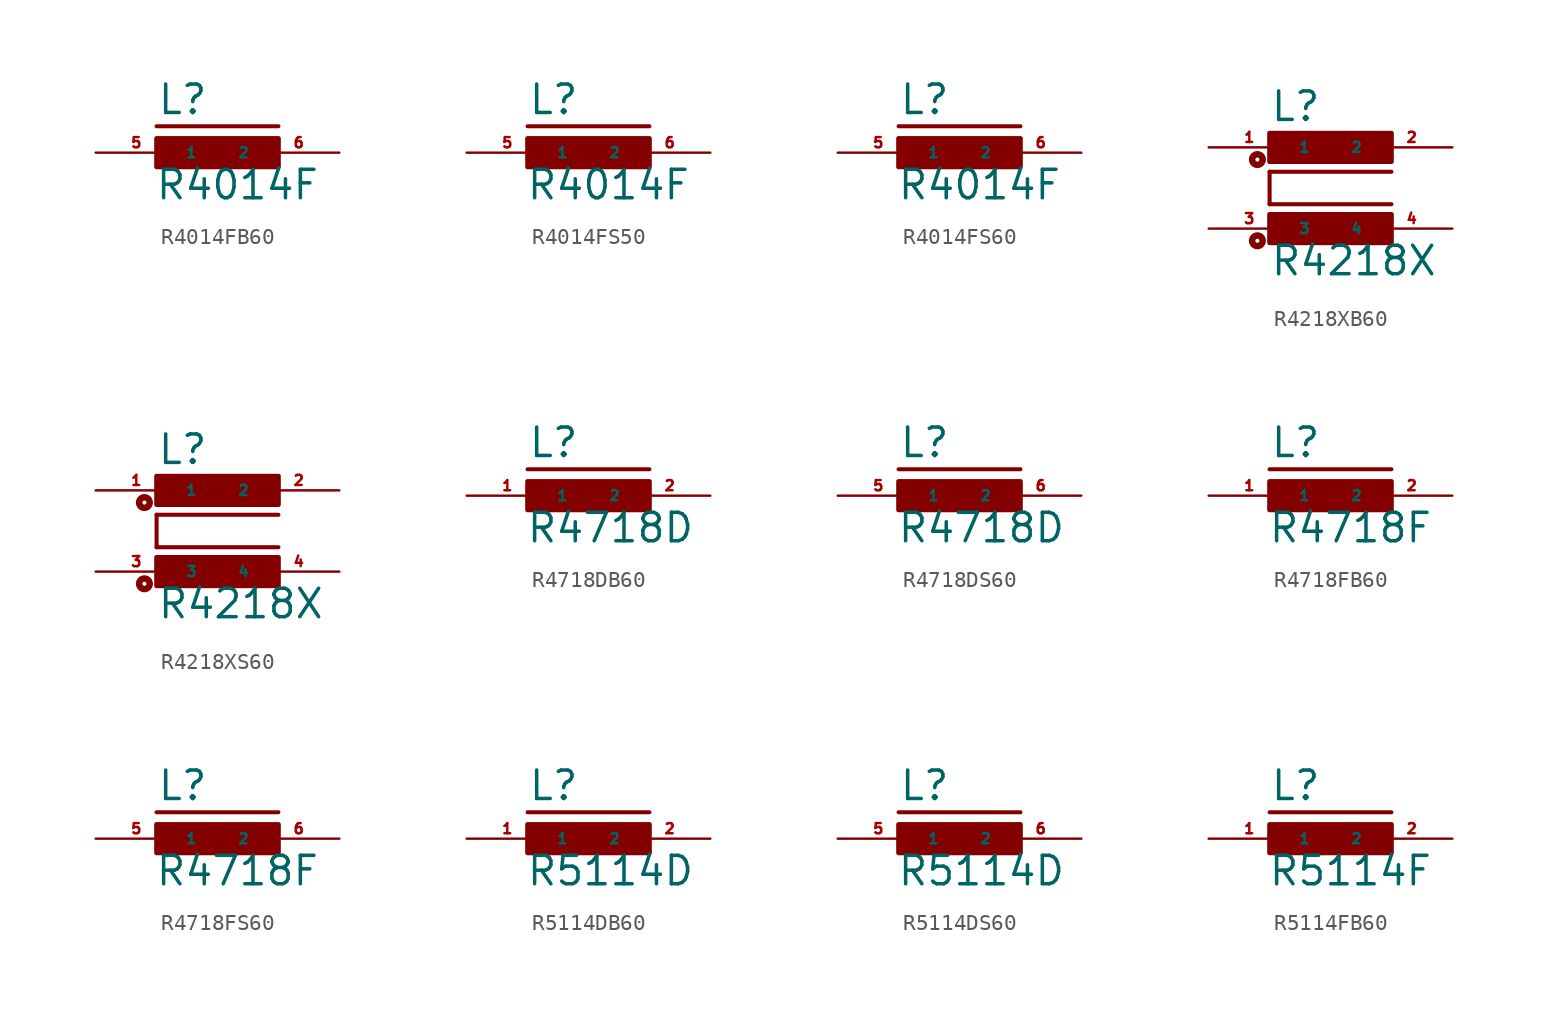
<source format=kicad_sym>
(kicad_symbol_lib
  (version 20220914)
  (generator Eagle2Kicad)
  (symbol "R4014FB60"
    (property "Reference" "L"
      (at -3.81 2.286 0)
      (effects (font (size 1.778 1.778) (thickness 0.22)) (justify left bottom)))
    (property "Value" "R4014F"
      (at -3.937 -3.048 0)
      (effects (font (size 1.778 1.778) (thickness 0.22)) (justify left bottom)))
    (polyline
      (pts (xy -3.81 1.651) (xy 3.81 1.651))
      (stroke (width 0.254) (type default))
      (fill (type none)))
    (rectangle
      (start -3.81 -0.889)
      (end 3.81 0.889)
      (stroke (width 0.3) (type default))
      (fill (type outline)))
    (pin passive line
      (at 7.62 0 180)
      (length 5.08)
      (name "2" (effects (font (size 0.635 0.635) (thickness 0.08)) (justify left bottom)))
      (number "6" (effects (font (size 0.635 0.635) (thickness 0.08)) (justify left bottom))))
    (pin passive line
      (at -7.62 0 0)
      (length 5.08)
      (name "1" (effects (font (size 0.635 0.635) (thickness 0.08)) (justify left bottom)))
      (number "5" (effects (font (size 0.635 0.635) (thickness 0.08)) (justify left bottom)))))
  (symbol "R4014FS50"
    (property "Reference" "L"
      (at -3.81 2.286 0)
      (effects (font (size 1.778 1.778) (thickness 0.22)) (justify left bottom)))
    (property "Value" "R4014F"
      (at -3.937 -3.048 0)
      (effects (font (size 1.778 1.778) (thickness 0.22)) (justify left bottom)))
    (polyline
      (pts (xy -3.81 1.651) (xy 3.81 1.651))
      (stroke (width 0.254) (type default))
      (fill (type none)))
    (rectangle
      (start -3.81 -0.889)
      (end 3.81 0.889)
      (stroke (width 0.3) (type default))
      (fill (type outline)))
    (pin passive line
      (at 7.62 0 180)
      (length 5.08)
      (name "2" (effects (font (size 0.635 0.635) (thickness 0.08)) (justify left bottom)))
      (number "6" (effects (font (size 0.635 0.635) (thickness 0.08)) (justify left bottom))))
    (pin passive line
      (at -7.62 0 0)
      (length 5.08)
      (name "1" (effects (font (size 0.635 0.635) (thickness 0.08)) (justify left bottom)))
      (number "5" (effects (font (size 0.635 0.635) (thickness 0.08)) (justify left bottom)))))
  (symbol "R4014FS60"
    (property "Reference" "L"
      (at -3.81 2.286 0)
      (effects (font (size 1.778 1.778) (thickness 0.22)) (justify left bottom)))
    (property "Value" "R4014F"
      (at -3.937 -3.048 0)
      (effects (font (size 1.778 1.778) (thickness 0.22)) (justify left bottom)))
    (polyline
      (pts (xy -3.81 1.651) (xy 3.81 1.651))
      (stroke (width 0.254) (type default))
      (fill (type none)))
    (rectangle
      (start -3.81 -0.889)
      (end 3.81 0.889)
      (stroke (width 0.3) (type default))
      (fill (type outline)))
    (pin passive line
      (at 7.62 0 180)
      (length 5.08)
      (name "2" (effects (font (size 0.635 0.635) (thickness 0.08)) (justify left bottom)))
      (number "6" (effects (font (size 0.635 0.635) (thickness 0.08)) (justify left bottom))))
    (pin passive line
      (at -7.62 0 0)
      (length 5.08)
      (name "1" (effects (font (size 0.635 0.635) (thickness 0.08)) (justify left bottom)))
      (number "5" (effects (font (size 0.635 0.635) (thickness 0.08)) (justify left bottom)))))
  (symbol "R4218XB60"
    (property "Reference" "L"
      (at -3.81 4.064 0)
      (effects (font (size 1.778 1.778) (thickness 0.22)) (justify left bottom)))
    (property "Value" "R4218X"
      (at -3.81 -5.588 0)
      (effects (font (size 1.778 1.778) (thickness 0.22)) (justify left bottom)))
    (polyline
      (pts (xy 3.81 1.016) (xy -3.81 1.016))
      (stroke (width 0.254) (type default))
      (fill (type none)))
    (polyline
      (pts (xy -3.81 -1.016) (xy -3.81 1.016))
      (stroke (width 0.254) (type default))
      (fill (type none)))
    (polyline
      (pts (xy -3.81 -1.016) (xy 3.81 -1.016))
      (stroke (width 0.254) (type default))
      (fill (type none)))
    (circle
      (center -4.572 -3.302)
      (radius 0.127)
      (stroke (width 0.406) (type default))
      (fill (type none)))
    (circle
      (center -4.572 1.778)
      (radius 0.127)
      (stroke (width 0.406) (type default))
      (fill (type none)))
    (rectangle
      (start -3.81 1.651)
      (end 3.81 3.429)
      (stroke (width 0.3) (type default))
      (fill (type outline)))
    (rectangle
      (start -3.81 -3.429)
      (end 3.81 -1.651)
      (stroke (width 0.3) (type default))
      (fill (type outline)))
    (pin passive line
      (at 7.62 2.54 180)
      (length 5.08)
      (name "2" (effects (font (size 0.635 0.635) (thickness 0.08)) (justify left bottom)))
      (number "2" (effects (font (size 0.635 0.635) (thickness 0.08)) (justify left bottom))))
    (pin passive line
      (at -7.62 2.54 0)
      (length 5.08)
      (name "1" (effects (font (size 0.635 0.635) (thickness 0.08)) (justify left bottom)))
      (number "1" (effects (font (size 0.635 0.635) (thickness 0.08)) (justify left bottom))))
    (pin passive line
      (at -7.62 -2.54 0)
      (length 5.08)
      (name "3" (effects (font (size 0.635 0.635) (thickness 0.08)) (justify left bottom)))
      (number "3" (effects (font (size 0.635 0.635) (thickness 0.08)) (justify left bottom))))
    (pin passive line
      (at 7.62 -2.54 180)
      (length 5.08)
      (name "4" (effects (font (size 0.635 0.635) (thickness 0.08)) (justify left bottom)))
      (number "4" (effects (font (size 0.635 0.635) (thickness 0.08)) (justify left bottom)))))
  (symbol "R4218XS60"
    (property "Reference" "L"
      (at -3.81 4.064 0)
      (effects (font (size 1.778 1.778) (thickness 0.22)) (justify left bottom)))
    (property "Value" "R4218X"
      (at -3.81 -5.588 0)
      (effects (font (size 1.778 1.778) (thickness 0.22)) (justify left bottom)))
    (polyline
      (pts (xy 3.81 1.016) (xy -3.81 1.016))
      (stroke (width 0.254) (type default))
      (fill (type none)))
    (polyline
      (pts (xy -3.81 -1.016) (xy -3.81 1.016))
      (stroke (width 0.254) (type default))
      (fill (type none)))
    (polyline
      (pts (xy -3.81 -1.016) (xy 3.81 -1.016))
      (stroke (width 0.254) (type default))
      (fill (type none)))
    (circle
      (center -4.572 -3.302)
      (radius 0.127)
      (stroke (width 0.406) (type default))
      (fill (type none)))
    (circle
      (center -4.572 1.778)
      (radius 0.127)
      (stroke (width 0.406) (type default))
      (fill (type none)))
    (rectangle
      (start -3.81 1.651)
      (end 3.81 3.429)
      (stroke (width 0.3) (type default))
      (fill (type outline)))
    (rectangle
      (start -3.81 -3.429)
      (end 3.81 -1.651)
      (stroke (width 0.3) (type default))
      (fill (type outline)))
    (pin passive line
      (at 7.62 2.54 180)
      (length 5.08)
      (name "2" (effects (font (size 0.635 0.635) (thickness 0.08)) (justify left bottom)))
      (number "2" (effects (font (size 0.635 0.635) (thickness 0.08)) (justify left bottom))))
    (pin passive line
      (at -7.62 2.54 0)
      (length 5.08)
      (name "1" (effects (font (size 0.635 0.635) (thickness 0.08)) (justify left bottom)))
      (number "1" (effects (font (size 0.635 0.635) (thickness 0.08)) (justify left bottom))))
    (pin passive line
      (at -7.62 -2.54 0)
      (length 5.08)
      (name "3" (effects (font (size 0.635 0.635) (thickness 0.08)) (justify left bottom)))
      (number "3" (effects (font (size 0.635 0.635) (thickness 0.08)) (justify left bottom))))
    (pin passive line
      (at 7.62 -2.54 180)
      (length 5.08)
      (name "4" (effects (font (size 0.635 0.635) (thickness 0.08)) (justify left bottom)))
      (number "4" (effects (font (size 0.635 0.635) (thickness 0.08)) (justify left bottom)))))
  (symbol "R4718DB60"
    (property "Reference" "L"
      (at -3.81 2.286 0)
      (effects (font (size 1.778 1.778) (thickness 0.22)) (justify left bottom)))
    (property "Value" "R4718D"
      (at -3.937 -3.048 0)
      (effects (font (size 1.778 1.778) (thickness 0.22)) (justify left bottom)))
    (polyline
      (pts (xy -3.81 1.651) (xy 3.81 1.651))
      (stroke (width 0.254) (type default))
      (fill (type none)))
    (rectangle
      (start -3.81 -0.889)
      (end 3.81 0.889)
      (stroke (width 0.3) (type default))
      (fill (type outline)))
    (pin passive line
      (at 7.62 0 180)
      (length 5.08)
      (name "2" (effects (font (size 0.635 0.635) (thickness 0.08)) (justify left bottom)))
      (number "2" (effects (font (size 0.635 0.635) (thickness 0.08)) (justify left bottom))))
    (pin passive line
      (at -7.62 0 0)
      (length 5.08)
      (name "1" (effects (font (size 0.635 0.635) (thickness 0.08)) (justify left bottom)))
      (number "1" (effects (font (size 0.635 0.635) (thickness 0.08)) (justify left bottom)))))
  (symbol "R4718DS60"
    (property "Reference" "L"
      (at -3.81 2.286 0)
      (effects (font (size 1.778 1.778) (thickness 0.22)) (justify left bottom)))
    (property "Value" "R4718D"
      (at -3.937 -3.048 0)
      (effects (font (size 1.778 1.778) (thickness 0.22)) (justify left bottom)))
    (polyline
      (pts (xy -3.81 1.651) (xy 3.81 1.651))
      (stroke (width 0.254) (type default))
      (fill (type none)))
    (rectangle
      (start -3.81 -0.889)
      (end 3.81 0.889)
      (stroke (width 0.3) (type default))
      (fill (type outline)))
    (pin passive line
      (at 7.62 0 180)
      (length 5.08)
      (name "2" (effects (font (size 0.635 0.635) (thickness 0.08)) (justify left bottom)))
      (number "6" (effects (font (size 0.635 0.635) (thickness 0.08)) (justify left bottom))))
    (pin passive line
      (at -7.62 0 0)
      (length 5.08)
      (name "1" (effects (font (size 0.635 0.635) (thickness 0.08)) (justify left bottom)))
      (number "5" (effects (font (size 0.635 0.635) (thickness 0.08)) (justify left bottom)))))
  (symbol "R4718FB60"
    (property "Reference" "L"
      (at -3.81 2.286 0)
      (effects (font (size 1.778 1.778) (thickness 0.22)) (justify left bottom)))
    (property "Value" "R4718F"
      (at -3.937 -3.048 0)
      (effects (font (size 1.778 1.778) (thickness 0.22)) (justify left bottom)))
    (polyline
      (pts (xy -3.81 1.651) (xy 3.81 1.651))
      (stroke (width 0.254) (type default))
      (fill (type none)))
    (rectangle
      (start -3.81 -0.889)
      (end 3.81 0.889)
      (stroke (width 0.3) (type default))
      (fill (type outline)))
    (pin passive line
      (at 7.62 0 180)
      (length 5.08)
      (name "2" (effects (font (size 0.635 0.635) (thickness 0.08)) (justify left bottom)))
      (number "2" (effects (font (size 0.635 0.635) (thickness 0.08)) (justify left bottom))))
    (pin passive line
      (at -7.62 0 0)
      (length 5.08)
      (name "1" (effects (font (size 0.635 0.635) (thickness 0.08)) (justify left bottom)))
      (number "1" (effects (font (size 0.635 0.635) (thickness 0.08)) (justify left bottom)))))
  (symbol "R4718FS60"
    (property "Reference" "L"
      (at -3.81 2.286 0)
      (effects (font (size 1.778 1.778) (thickness 0.22)) (justify left bottom)))
    (property "Value" "R4718F"
      (at -3.937 -3.048 0)
      (effects (font (size 1.778 1.778) (thickness 0.22)) (justify left bottom)))
    (polyline
      (pts (xy -3.81 1.651) (xy 3.81 1.651))
      (stroke (width 0.254) (type default))
      (fill (type none)))
    (rectangle
      (start -3.81 -0.889)
      (end 3.81 0.889)
      (stroke (width 0.3) (type default))
      (fill (type outline)))
    (pin passive line
      (at 7.62 0 180)
      (length 5.08)
      (name "2" (effects (font (size 0.635 0.635) (thickness 0.08)) (justify left bottom)))
      (number "6" (effects (font (size 0.635 0.635) (thickness 0.08)) (justify left bottom))))
    (pin passive line
      (at -7.62 0 0)
      (length 5.08)
      (name "1" (effects (font (size 0.635 0.635) (thickness 0.08)) (justify left bottom)))
      (number "5" (effects (font (size 0.635 0.635) (thickness 0.08)) (justify left bottom)))))
  (symbol "R5114DB60"
    (property "Reference" "L"
      (at -3.81 2.286 0)
      (effects (font (size 1.778 1.778) (thickness 0.22)) (justify left bottom)))
    (property "Value" "R5114D"
      (at -3.937 -3.048 0)
      (effects (font (size 1.778 1.778) (thickness 0.22)) (justify left bottom)))
    (polyline
      (pts (xy -3.81 1.651) (xy 3.81 1.651))
      (stroke (width 0.254) (type default))
      (fill (type none)))
    (rectangle
      (start -3.81 -0.889)
      (end 3.81 0.889)
      (stroke (width 0.3) (type default))
      (fill (type outline)))
    (pin passive line
      (at 7.62 0 180)
      (length 5.08)
      (name "2" (effects (font (size 0.635 0.635) (thickness 0.08)) (justify left bottom)))
      (number "2" (effects (font (size 0.635 0.635) (thickness 0.08)) (justify left bottom))))
    (pin passive line
      (at -7.62 0 0)
      (length 5.08)
      (name "1" (effects (font (size 0.635 0.635) (thickness 0.08)) (justify left bottom)))
      (number "1" (effects (font (size 0.635 0.635) (thickness 0.08)) (justify left bottom)))))
  (symbol "R5114DS60"
    (property "Reference" "L"
      (at -3.81 2.286 0)
      (effects (font (size 1.778 1.778) (thickness 0.22)) (justify left bottom)))
    (property "Value" "R5114D"
      (at -3.937 -3.048 0)
      (effects (font (size 1.778 1.778) (thickness 0.22)) (justify left bottom)))
    (polyline
      (pts (xy -3.81 1.651) (xy 3.81 1.651))
      (stroke (width 0.254) (type default))
      (fill (type none)))
    (rectangle
      (start -3.81 -0.889)
      (end 3.81 0.889)
      (stroke (width 0.3) (type default))
      (fill (type outline)))
    (pin passive line
      (at 7.62 0 180)
      (length 5.08)
      (name "2" (effects (font (size 0.635 0.635) (thickness 0.08)) (justify left bottom)))
      (number "6" (effects (font (size 0.635 0.635) (thickness 0.08)) (justify left bottom))))
    (pin passive line
      (at -7.62 0 0)
      (length 5.08)
      (name "1" (effects (font (size 0.635 0.635) (thickness 0.08)) (justify left bottom)))
      (number "5" (effects (font (size 0.635 0.635) (thickness 0.08)) (justify left bottom)))))
  (symbol "R5114FB60"
    (property "Reference" "L"
      (at -3.81 2.286 0)
      (effects (font (size 1.778 1.778) (thickness 0.22)) (justify left bottom)))
    (property "Value" "R5114F"
      (at -3.937 -3.048 0)
      (effects (font (size 1.778 1.778) (thickness 0.22)) (justify left bottom)))
    (polyline
      (pts (xy -3.81 1.651) (xy 3.81 1.651))
      (stroke (width 0.254) (type default))
      (fill (type none)))
    (rectangle
      (start -3.81 -0.889)
      (end 3.81 0.889)
      (stroke (width 0.3) (type default))
      (fill (type outline)))
    (pin passive line
      (at 7.62 0 180)
      (length 5.08)
      (name "2" (effects (font (size 0.635 0.635) (thickness 0.08)) (justify left bottom)))
      (number "2" (effects (font (size 0.635 0.635) (thickness 0.08)) (justify left bottom))))
    (pin passive line
      (at -7.62 0 0)
      (length 5.08)
      (name "1" (effects (font (size 0.635 0.635) (thickness 0.08)) (justify left bottom)))
      (number "1" (effects (font (size 0.635 0.635) (thickness 0.08)) (justify left bottom))))))
</source>
